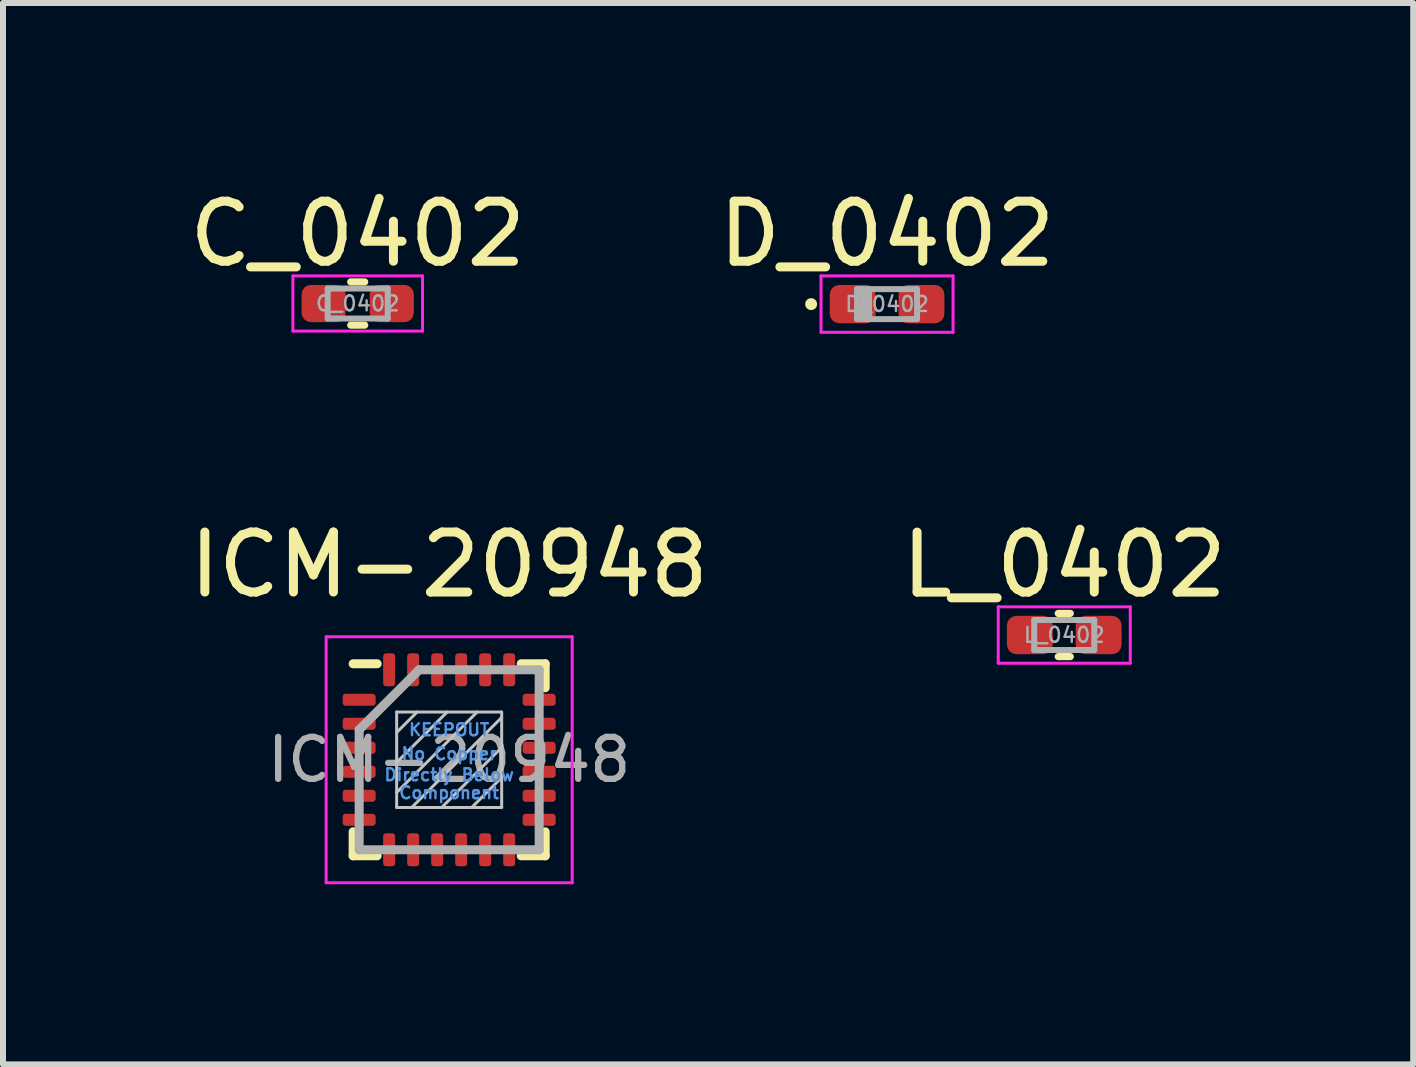
<source format=kicad_pcb>
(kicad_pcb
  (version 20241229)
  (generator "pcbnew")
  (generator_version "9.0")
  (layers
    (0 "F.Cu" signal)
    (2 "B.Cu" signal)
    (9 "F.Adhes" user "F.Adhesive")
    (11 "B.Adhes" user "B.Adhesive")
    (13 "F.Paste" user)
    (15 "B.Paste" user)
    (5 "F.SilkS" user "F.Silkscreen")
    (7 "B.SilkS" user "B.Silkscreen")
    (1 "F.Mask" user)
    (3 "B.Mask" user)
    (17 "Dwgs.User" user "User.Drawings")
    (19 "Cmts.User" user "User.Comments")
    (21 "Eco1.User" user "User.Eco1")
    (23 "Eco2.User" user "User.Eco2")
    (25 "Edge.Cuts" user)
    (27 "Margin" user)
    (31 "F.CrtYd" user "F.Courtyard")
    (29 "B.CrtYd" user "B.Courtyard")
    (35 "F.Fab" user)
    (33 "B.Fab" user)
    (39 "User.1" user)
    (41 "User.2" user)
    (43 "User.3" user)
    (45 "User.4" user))
  (footprint "L_0402"
    (layer "F.Cu")
    (at 14.685 7.532)
    (property "Reference" "L_0402" (at 0 -1.17 0) (layer "F.SilkS") (effects (font (size 1 1) (thickness 0.15))))
    (attr smd)
    (fp_line (start -0.1 -0.36) (end 0.1 -0.36) (stroke (width 0.12) (type solid)) (layer "F.SilkS"))
    (fp_line (start -0.1 0.36) (end 0.1 0.36) (stroke (width 0.12) (type solid)) (layer "F.SilkS"))
    (fp_line (start -1.1 -0.47) (end 1.1 -0.47) (stroke (width 0.05) (type solid)) (layer "F.CrtYd"))
    (fp_line (start -1.1 0.47) (end -1.1 -0.47) (stroke (width 0.05) (type solid)) (layer "F.CrtYd"))
    (fp_line (start 1.1 -0.47) (end 1.1 0.47) (stroke (width 0.05) (type solid)) (layer "F.CrtYd"))
    (fp_line (start 1.1 0.47) (end -1.1 0.47) (stroke (width 0.05) (type solid)) (layer "F.CrtYd"))
    (fp_line (start -0.5 -0.25) (end 0.5 -0.25) (stroke (width 0.1) (type solid)) (layer "F.Fab"))
    (fp_line (start -0.5 0.25) (end -0.5 -0.25) (stroke (width 0.1) (type solid)) (layer "F.Fab"))
    (fp_line (start 0.5 -0.25) (end 0.5 0.25) (stroke (width 0.1) (type solid)) (layer "F.Fab"))
    (fp_line (start 0.5 0.25) (end -0.5 0.25) (stroke (width 0.1) (type solid)) (layer "F.Fab"))
    (fp_text user "${REFERENCE}" (at 0 0 0) (layer "F.Fab") (effects (font (size 0.25 0.25) (thickness 0.04))))
    (pad "1" smd roundrect (at -0.573 0) (size 0.765 0.64) (layers "F.Cu" "F.Mask" "F.Paste") (roundrect_rratio 0.25))
    (pad "2" smd roundrect (at 0.573 0) (size 0.765 0.64) (layers "F.Cu" "F.Mask" "F.Paste") (roundrect_rratio 0.25)))
  (footprint "D_0402"
    (layer "F.Cu")
    (at 11.732 2.018)
    (property "Reference" "D_0402" (at 0 -1.17 0) (layer "F.SilkS") (effects (font (size 1 1) (thickness 0.15))))
    (attr smd)
    (fp_circle (center -1.265 0) (end -1.215 0) (stroke (width 0.1) (type solid)) (fill no) (layer "F.SilkS"))
    (fp_line (start -1.1 -0.47) (end 1.1 -0.47) (stroke (width 0.05) (type solid)) (layer "F.CrtYd"))
    (fp_line (start -1.1 0.47) (end -1.1 -0.47) (stroke (width 0.05) (type solid)) (layer "F.CrtYd"))
    (fp_line (start 1.1 -0.47) (end 1.1 0.47) (stroke (width 0.05) (type solid)) (layer "F.CrtYd"))
    (fp_line (start 1.1 0.47) (end -1.1 0.47) (stroke (width 0.05) (type solid)) (layer "F.CrtYd"))
    (fp_line (start -0.5 -0.25) (end 0.5 -0.25) (stroke (width 0.1) (type solid)) (layer "F.Fab"))
    (fp_line (start -0.5 0.25) (end -0.5 -0.25) (stroke (width 0.1) (type solid)) (layer "F.Fab"))
    (fp_line (start -0.4 0.25) (end -0.4 -0.25) (stroke (width 0.1) (type solid)) (layer "F.Fab"))
    (fp_line (start -0.3 0.25) (end -0.3 -0.25) (stroke (width 0.1) (type solid)) (layer "F.Fab"))
    (fp_line (start 0.5 -0.25) (end 0.5 0.25) (stroke (width 0.1) (type solid)) (layer "F.Fab"))
    (fp_line (start 0.5 0.25) (end -0.5 0.25) (stroke (width 0.1) (type solid)) (layer "F.Fab"))
    (fp_text user "${REFERENCE}" (at 0 0 0) (layer "F.Fab") (effects (font (size 0.25 0.25) (thickness 0.04))))
    (pad "1" smd roundrect (at -0.573 0) (size 0.765 0.64) (layers "F.Cu" "F.Mask" "F.Paste") (roundrect_rratio 0.25))
    (pad "2" smd roundrect (at 0.573 0) (size 0.765 0.64) (layers "F.Cu" "F.Mask" "F.Paste") (roundrect_rratio 0.25)))
  (footprint "ICM-20948"
    (layer "F.Cu")
    (at 4.435 9.611)
    (property "Reference" "ICM-20948" (at 0 -3.25 0) (layer "F.SilkS") (effects (font (size 1 1) (thickness 0.15))))
    (attr smd)
    (fp_line (start -1.6 -1.6) (end -1.2 -1.6) (stroke (width 0.15) (type solid)) (layer "F.SilkS"))
    (fp_line (start -1.6 1.6) (end -1.6 1.2) (stroke (width 0.15) (type solid)) (layer "F.SilkS"))
    (fp_line (start -1.6 1.6) (end -1.2 1.6) (stroke (width 0.15) (type solid)) (layer "F.SilkS"))
    (fp_line (start 1.6 -1.6) (end 1.2 -1.6) (stroke (width 0.15) (type solid)) (layer "F.SilkS"))
    (fp_line (start 1.6 -1.6) (end 1.6 -1.2) (stroke (width 0.15) (type solid)) (layer "F.SilkS"))
    (fp_line (start 1.6 1.6) (end 1.2 1.6) (stroke (width 0.15) (type solid)) (layer "F.SilkS"))
    (fp_line (start 1.6 1.6) (end 1.6 1.2) (stroke (width 0.15) (type solid)) (layer "F.SilkS"))
    (fp_line (start -0.875 -0.795) (end -0.875 0.795) (stroke (width 0.05) (type solid)) (layer "Dwgs.User"))
    (fp_line (start -0.875 -0.795) (end 0.875 -0.795) (stroke (width 0.05) (type solid)) (layer "Dwgs.User"))
    (fp_line (start -0.875 0.795) (end 0.875 0.795) (stroke (width 0.05) (type solid)) (layer "Dwgs.User"))
    (fp_line (start -0.535 -0.795) (end -0.875 -0.455) (stroke (width 0.05) (type solid)) (layer "Dwgs.User"))
    (fp_line (start -0.035 -0.795) (end -0.875 0.045) (stroke (width 0.05) (type solid)) (layer "Dwgs.User"))
    (fp_line (start 0.465 -0.795) (end -0.875 0.545) (stroke (width 0.05) (type solid)) (layer "Dwgs.User"))
    (fp_line (start 0.875 -0.795) (end 0.875 0.795) (stroke (width 0.05) (type solid)) (layer "Dwgs.User"))
    (fp_line (start 0.875 -0.705) (end -0.625 0.795) (stroke (width 0.05) (type solid)) (layer "Dwgs.User"))
    (fp_line (start 0.875 -0.205) (end -0.125 0.795) (stroke (width 0.05) (type solid)) (layer "Dwgs.User"))
    (fp_line (start 0.875 0.295) (end 0.375 0.795) (stroke (width 0.05) (type solid)) (layer "Dwgs.User"))
    (fp_line (start -2.05 -2.05) (end 2.05 -2.05) (stroke (width 0.05) (type solid)) (layer "F.CrtYd"))
    (fp_line (start -2.05 2.05) (end -2.05 -2.05) (stroke (width 0.05) (type solid)) (layer "F.CrtYd"))
    (fp_line (start 2.05 -2.05) (end 2.05 2.05) (stroke (width 0.05) (type solid)) (layer "F.CrtYd"))
    (fp_line (start 2.05 2.05) (end -2.05 2.05) (stroke (width 0.05) (type solid)) (layer "F.CrtYd"))
    (fp_line (start -1.5 -0.5) (end -0.5 -1.5) (stroke (width 0.15) (type solid)) (layer "F.Fab"))
    (fp_line (start -1.5 1.5) (end -1.5 -0.5) (stroke (width 0.15) (type solid)) (layer "F.Fab"))
    (fp_line (start -0.5 -1.5) (end 1.5 -1.5) (stroke (width 0.15) (type solid)) (layer "F.Fab"))
    (fp_line (start 1.5 -1.5) (end 1.5 1.5) (stroke (width 0.15) (type solid)) (layer "F.Fab"))
    (fp_line (start 1.5 1.5) (end -1.5 1.5) (stroke (width 0.15) (type solid)) (layer "F.Fab"))
    (fp_text user "Directly Below" (at 0 0.25 0) (layer "Cmts.User") (effects (font (size 0.2 0.2) (thickness 0.04))))
    (fp_text user "Component" (at 0 0.55 0) (layer "Cmts.User") (effects (font (size 0.2 0.2) (thickness 0.04))))
    (fp_text user "No Copper" (at 0 -0.1 0) (layer "Cmts.User") (effects (font (size 0.2 0.2) (thickness 0.04))))
    (fp_text user "KEEPOUT" (at 0 -0.5 0) (layer "Cmts.User") (effects (font (size 0.2 0.2) (thickness 0.04))))
    (fp_text user "${REFERENCE}" (at 0 0 0) (layer "F.Fab") (effects (font (size 0.7 0.7) (thickness 0.105))))
    (pad "1" smd roundrect (at -1.5 -1) (size 0.55 0.2) (layers "F.Cu" "F.Mask" "F.Paste") (roundrect_rratio 0.25))
    (pad "2" smd roundrect (at -1.5 -0.6) (size 0.55 0.2) (layers "F.Cu" "F.Mask" "F.Paste") (roundrect_rratio 0.25))
    (pad "3" smd roundrect (at -1.5 -0.2) (size 0.55 0.2) (layers "F.Cu" "F.Mask" "F.Paste") (roundrect_rratio 0.25))
    (pad "4" smd roundrect (at -1.5 0.2) (size 0.55 0.2) (layers "F.Cu" "F.Mask" "F.Paste") (roundrect_rratio 0.25))
    (pad "5" smd roundrect (at -1.5 0.6) (size 0.55 0.2) (layers "F.Cu" "F.Mask" "F.Paste") (roundrect_rratio 0.25))
    (pad "6" smd roundrect (at -1.5 1) (size 0.55 0.2) (layers "F.Cu" "F.Mask" "F.Paste") (roundrect_rratio 0.25))
    (pad "7" smd roundrect (at -1 1.5 90) (size 0.55 0.2) (layers "F.Cu" "F.Mask" "F.Paste") (roundrect_rratio 0.25))
    (pad "8" smd roundrect (at -0.6 1.5 90) (size 0.55 0.2) (layers "F.Cu" "F.Mask" "F.Paste") (roundrect_rratio 0.25))
    (pad "9" smd roundrect (at -0.2 1.5 90) (size 0.55 0.2) (layers "F.Cu" "F.Mask" "F.Paste") (roundrect_rratio 0.25))
    (pad "10" smd roundrect (at 0.2 1.5 90) (size 0.55 0.2) (layers "F.Cu" "F.Mask" "F.Paste") (roundrect_rratio 0.25))
    (pad "11" smd roundrect (at 0.6 1.5 90) (size 0.55 0.2) (layers "F.Cu" "F.Mask" "F.Paste") (roundrect_rratio 0.25))
    (pad "12" smd roundrect (at 1 1.5 90) (size 0.55 0.2) (layers "F.Cu" "F.Mask" "F.Paste") (roundrect_rratio 0.25))
    (pad "13" smd roundrect (at 1.5 1) (size 0.55 0.2) (layers "F.Cu" "F.Mask" "F.Paste") (roundrect_rratio 0.25))
    (pad "14" smd roundrect (at 1.5 0.6) (size 0.55 0.2) (layers "F.Cu" "F.Mask" "F.Paste") (roundrect_rratio 0.25))
    (pad "15" smd roundrect (at 1.5 0.2) (size 0.55 0.2) (layers "F.Cu" "F.Mask" "F.Paste") (roundrect_rratio 0.25))
    (pad "16" smd roundrect (at 1.5 -0.2) (size 0.55 0.2) (layers "F.Cu" "F.Mask" "F.Paste") (roundrect_rratio 0.25))
    (pad "17" smd roundrect (at 1.5 -0.6) (size 0.55 0.2) (layers "F.Cu" "F.Mask" "F.Paste") (roundrect_rratio 0.25))
    (pad "18" smd roundrect (at 1.5 -1) (size 0.55 0.2) (layers "F.Cu" "F.Mask" "F.Paste") (roundrect_rratio 0.25))
    (pad "19" smd roundrect (at 1 -1.5 90) (size 0.55 0.2) (layers "F.Cu" "F.Mask" "F.Paste") (roundrect_rratio 0.25))
    (pad "20" smd roundrect (at 0.6 -1.5 90) (size 0.55 0.2) (layers "F.Cu" "F.Mask" "F.Paste") (roundrect_rratio 0.25))
    (pad "21" smd roundrect (at 0.2 -1.5 90) (size 0.55 0.2) (layers "F.Cu" "F.Mask" "F.Paste") (roundrect_rratio 0.25))
    (pad "22" smd roundrect (at -0.2 -1.5 90) (size 0.55 0.2) (layers "F.Cu" "F.Mask" "F.Paste") (roundrect_rratio 0.25))
    (pad "23" smd roundrect (at -0.6 -1.5 90) (size 0.55 0.2) (layers "F.Cu" "F.Mask" "F.Paste") (roundrect_rratio 0.25))
    (pad "24" smd roundrect (at -1 -1.5 90) (size 0.55 0.2) (layers "F.Cu" "F.Mask" "F.Paste") (roundrect_rratio 0.25)))
  (footprint "C_0402"
    (layer "F.Cu")
    (at 2.911 2.008)
    (property "Reference" "C_0402" (at 0 -1.16 0) (layer "F.SilkS") (effects (font (size 1 1) (thickness 0.15))))
    (attr smd)
    (fp_line (start -0.116 -0.36) (end 0.116 -0.36) (stroke (width 0.12) (type solid)) (layer "F.SilkS"))
    (fp_line (start -0.116 0.36) (end 0.116 0.36) (stroke (width 0.12) (type solid)) (layer "F.SilkS"))
    (fp_line (start -1.08 -0.46) (end 1.08 -0.46) (stroke (width 0.05) (type solid)) (layer "F.CrtYd"))
    (fp_line (start -1.08 0.46) (end -1.08 -0.46) (stroke (width 0.05) (type solid)) (layer "F.CrtYd"))
    (fp_line (start 1.08 -0.46) (end 1.08 0.46) (stroke (width 0.05) (type solid)) (layer "F.CrtYd"))
    (fp_line (start 1.08 0.46) (end -1.08 0.46) (stroke (width 0.05) (type solid)) (layer "F.CrtYd"))
    (fp_line (start -0.5 -0.25) (end 0.5 -0.25) (stroke (width 0.1) (type solid)) (layer "F.Fab"))
    (fp_line (start -0.5 0.25) (end -0.5 -0.25) (stroke (width 0.1) (type solid)) (layer "F.Fab"))
    (fp_line (start 0.5 -0.25) (end 0.5 0.25) (stroke (width 0.1) (type solid)) (layer "F.Fab"))
    (fp_line (start 0.5 0.25) (end -0.5 0.25) (stroke (width 0.1) (type solid)) (layer "F.Fab"))
    (fp_text user "${REFERENCE}" (at 0 0 0) (layer "F.Fab") (effects (font (size 0.25 0.25) (thickness 0.04))))
    (pad "1" smd roundrect (at -0.568 0) (size 0.735 0.62) (layers "F.Cu" "F.Mask" "F.Paste") (roundrect_rratio 0.25))
    (pad "2" smd roundrect (at 0.568 0) (size 0.735 0.62) (layers "F.Cu" "F.Mask" "F.Paste") (roundrect_rratio 0.25)))
  (gr_rect
    (start -3 -3)
    (end 20.5 14.687)
    (stroke (width 0.1) (type default))
    (fill no)
    (layer "Edge.Cuts")))
</source>
